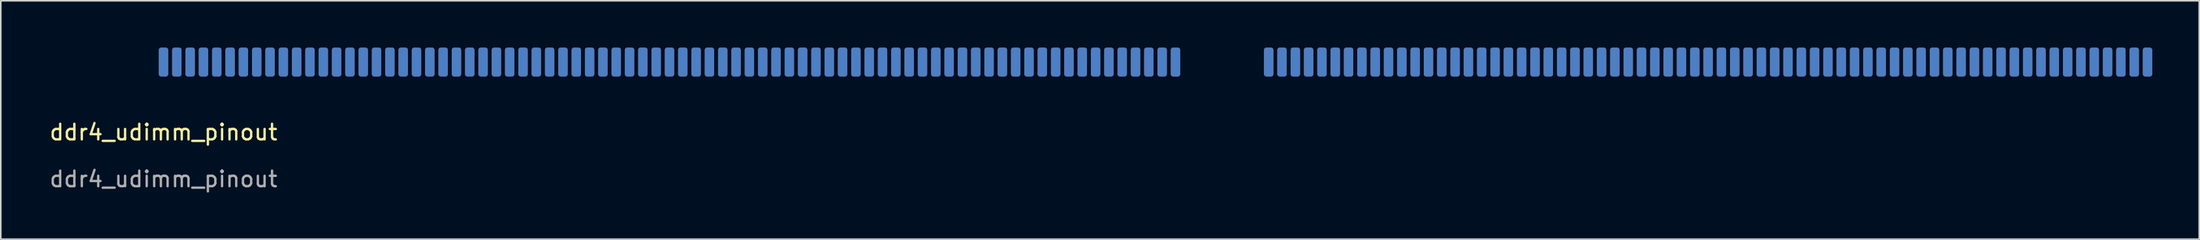
<source format=kicad_pcb>
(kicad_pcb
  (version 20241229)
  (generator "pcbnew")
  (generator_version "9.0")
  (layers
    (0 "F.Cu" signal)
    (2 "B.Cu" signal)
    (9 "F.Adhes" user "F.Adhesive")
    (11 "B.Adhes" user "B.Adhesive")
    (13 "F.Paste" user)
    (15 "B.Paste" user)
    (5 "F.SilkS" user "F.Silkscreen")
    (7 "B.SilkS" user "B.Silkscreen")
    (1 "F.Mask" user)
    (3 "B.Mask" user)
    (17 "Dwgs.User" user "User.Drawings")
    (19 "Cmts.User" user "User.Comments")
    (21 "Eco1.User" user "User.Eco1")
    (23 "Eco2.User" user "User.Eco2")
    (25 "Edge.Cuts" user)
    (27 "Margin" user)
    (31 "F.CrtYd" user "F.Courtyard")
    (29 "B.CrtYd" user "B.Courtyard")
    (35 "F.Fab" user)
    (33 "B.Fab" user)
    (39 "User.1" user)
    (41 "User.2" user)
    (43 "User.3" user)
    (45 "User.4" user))
  (footprint "ddr4_udimm_pinout"
    (layer "F.Cu")
    (at 7.387 0.925)
    (property "Reference" "ddr4_udimm_pinout" (at 0 4.5 0) (unlocked yes) (layer "F.SilkS") (effects (font (size 1 1) (thickness 0.15))))
    (attr smd)
    (fp_text user "${REFERENCE}" (at 0 7.5 0) (unlocked yes) (layer "F.Fab") (effects (font (size 1 1) (thickness 0.15))))
    (pad "1" smd roundrect (at 0 0) (size 0.6 1.85) (layers "F.Cu" "F.Mask" "F.Paste") (roundrect_rratio 0.25))
    (pad "2" smd roundrect (at 0.85 0) (size 0.6 1.85) (layers "F.Cu" "F.Mask" "F.Paste") (roundrect_rratio 0.25))
    (pad "3" smd roundrect (at 1.7 0) (size 0.6 1.85) (layers "F.Cu" "F.Mask" "F.Paste") (roundrect_rratio 0.25))
    (pad "4" smd roundrect (at 2.55 0) (size 0.6 1.85) (layers "F.Cu" "F.Mask" "F.Paste") (roundrect_rratio 0.25))
    (pad "5" smd roundrect (at 3.4 0) (size 0.6 1.85) (layers "F.Cu" "F.Mask" "F.Paste") (roundrect_rratio 0.25))
    (pad "6" smd roundrect (at 4.25 0) (size 0.6 1.85) (layers "F.Cu" "F.Mask" "F.Paste") (roundrect_rratio 0.25))
    (pad "7" smd roundrect (at 5.1 0) (size 0.6 1.85) (layers "F.Cu" "F.Mask" "F.Paste") (roundrect_rratio 0.25))
    (pad "8" smd roundrect (at 5.95 0) (size 0.6 1.85) (layers "F.Cu" "F.Mask" "F.Paste") (roundrect_rratio 0.25))
    (pad "9" smd roundrect (at 6.8 0) (size 0.6 1.85) (layers "F.Cu" "F.Mask" "F.Paste") (roundrect_rratio 0.25))
    (pad "10" smd roundrect (at 7.65 0) (size 0.6 1.85) (layers "F.Cu" "F.Mask" "F.Paste") (roundrect_rratio 0.25))
    (pad "11" smd roundrect (at 8.5 0) (size 0.6 1.85) (layers "F.Cu" "F.Mask" "F.Paste") (roundrect_rratio 0.25))
    (pad "12" smd roundrect (at 9.35 0) (size 0.6 1.85) (layers "F.Cu" "F.Mask" "F.Paste") (roundrect_rratio 0.25))
    (pad "13" smd roundrect (at 10.2 0) (size 0.6 1.85) (layers "F.Cu" "F.Mask" "F.Paste") (roundrect_rratio 0.25))
    (pad "14" smd roundrect (at 11.05 0) (size 0.6 1.85) (layers "F.Cu" "F.Mask" "F.Paste") (roundrect_rratio 0.25))
    (pad "15" smd roundrect (at 11.9 0) (size 0.6 1.85) (layers "F.Cu" "F.Mask" "F.Paste") (roundrect_rratio 0.25))
    (pad "16" smd roundrect (at 12.75 0) (size 0.6 1.85) (layers "F.Cu" "F.Mask" "F.Paste") (roundrect_rratio 0.25))
    (pad "17" smd roundrect (at 13.6 0) (size 0.6 1.85) (layers "F.Cu" "F.Mask" "F.Paste") (roundrect_rratio 0.25))
    (pad "18" smd roundrect (at 14.45 0) (size 0.6 1.85) (layers "F.Cu" "F.Mask" "F.Paste") (roundrect_rratio 0.25))
    (pad "19" smd roundrect (at 15.3 0) (size 0.6 1.85) (layers "F.Cu" "F.Mask" "F.Paste") (roundrect_rratio 0.25))
    (pad "20" smd roundrect (at 16.15 0) (size 0.6 1.85) (layers "F.Cu" "F.Mask" "F.Paste") (roundrect_rratio 0.25))
    (pad "21" smd roundrect (at 17 0) (size 0.6 1.85) (layers "F.Cu" "F.Mask" "F.Paste") (roundrect_rratio 0.25))
    (pad "22" smd roundrect (at 17.85 0) (size 0.6 1.85) (layers "F.Cu" "F.Mask" "F.Paste") (roundrect_rratio 0.25))
    (pad "23" smd roundrect (at 18.7 0) (size 0.6 1.85) (layers "F.Cu" "F.Mask" "F.Paste") (roundrect_rratio 0.25))
    (pad "24" smd roundrect (at 19.55 0) (size 0.6 1.85) (layers "F.Cu" "F.Mask" "F.Paste") (roundrect_rratio 0.25))
    (pad "25" smd roundrect (at 20.4 0) (size 0.6 1.85) (layers "F.Cu" "F.Mask" "F.Paste") (roundrect_rratio 0.25))
    (pad "26" smd roundrect (at 21.25 0) (size 0.6 1.85) (layers "F.Cu" "F.Mask" "F.Paste") (roundrect_rratio 0.25))
    (pad "27" smd roundrect (at 22.1 0) (size 0.6 1.85) (layers "F.Cu" "F.Mask" "F.Paste") (roundrect_rratio 0.25))
    (pad "28" smd roundrect (at 22.95 0) (size 0.6 1.85) (layers "F.Cu" "F.Mask" "F.Paste") (roundrect_rratio 0.25))
    (pad "29" smd roundrect (at 23.8 0) (size 0.6 1.85) (layers "F.Cu" "F.Mask" "F.Paste") (roundrect_rratio 0.25))
    (pad "30" smd roundrect (at 24.65 0) (size 0.6 1.85) (layers "F.Cu" "F.Mask" "F.Paste") (roundrect_rratio 0.25))
    (pad "31" smd roundrect (at 25.5 0) (size 0.6 1.85) (layers "F.Cu" "F.Mask" "F.Paste") (roundrect_rratio 0.25))
    (pad "32" smd roundrect (at 26.35 0) (size 0.6 1.85) (layers "F.Cu" "F.Mask" "F.Paste") (roundrect_rratio 0.25))
    (pad "33" smd roundrect (at 27.2 0) (size 0.6 1.85) (layers "F.Cu" "F.Mask" "F.Paste") (roundrect_rratio 0.25))
    (pad "34" smd roundrect (at 28.05 0) (size 0.6 1.85) (layers "F.Cu" "F.Mask" "F.Paste") (roundrect_rratio 0.25))
    (pad "35" smd roundrect (at 28.9 0) (size 0.6 1.85) (layers "F.Cu" "F.Mask" "F.Paste") (roundrect_rratio 0.25))
    (pad "36" smd roundrect (at 29.75 0) (size 0.6 1.85) (layers "F.Cu" "F.Mask" "F.Paste") (roundrect_rratio 0.25))
    (pad "37" smd roundrect (at 30.6 0) (size 0.6 1.85) (layers "F.Cu" "F.Mask" "F.Paste") (roundrect_rratio 0.25))
    (pad "38" smd roundrect (at 31.45 0) (size 0.6 1.85) (layers "F.Cu" "F.Mask" "F.Paste") (roundrect_rratio 0.25))
    (pad "39" smd roundrect (at 32.3 0) (size 0.6 1.85) (layers "F.Cu" "F.Mask" "F.Paste") (roundrect_rratio 0.25))
    (pad "40" smd roundrect (at 33.15 0) (size 0.6 1.85) (layers "F.Cu" "F.Mask" "F.Paste") (roundrect_rratio 0.25))
    (pad "41" smd roundrect (at 34 0) (size 0.6 1.85) (layers "F.Cu" "F.Mask" "F.Paste") (roundrect_rratio 0.25))
    (pad "42" smd roundrect (at 34.85 0) (size 0.6 1.85) (layers "F.Cu" "F.Mask" "F.Paste") (roundrect_rratio 0.25))
    (pad "43" smd roundrect (at 35.7 0) (size 0.6 1.85) (layers "F.Cu" "F.Mask" "F.Paste") (roundrect_rratio 0.25))
    (pad "44" smd roundrect (at 36.55 0) (size 0.6 1.85) (layers "F.Cu" "F.Mask" "F.Paste") (roundrect_rratio 0.25))
    (pad "45" smd roundrect (at 37.4 0) (size 0.6 1.85) (layers "F.Cu" "F.Mask" "F.Paste") (roundrect_rratio 0.25))
    (pad "46" smd roundrect (at 38.25 0) (size 0.6 1.85) (layers "F.Cu" "F.Mask" "F.Paste") (roundrect_rratio 0.25))
    (pad "47" smd roundrect (at 39.1 0) (size 0.6 1.85) (layers "F.Cu" "F.Mask" "F.Paste") (roundrect_rratio 0.25))
    (pad "48" smd roundrect (at 39.95 0) (size 0.6 1.85) (layers "F.Cu" "F.Mask" "F.Paste") (roundrect_rratio 0.25))
    (pad "49" smd roundrect (at 40.8 0) (size 0.6 1.85) (layers "F.Cu" "F.Mask" "F.Paste") (roundrect_rratio 0.25))
    (pad "50" smd roundrect (at 41.65 0) (size 0.6 1.85) (layers "F.Cu" "F.Mask" "F.Paste") (roundrect_rratio 0.25))
    (pad "51" smd roundrect (at 42.5 0) (size 0.6 1.85) (layers "F.Cu" "F.Mask" "F.Paste") (roundrect_rratio 0.25))
    (pad "52" smd roundrect (at 43.35 0) (size 0.6 1.85) (layers "F.Cu" "F.Mask" "F.Paste") (roundrect_rratio 0.25))
    (pad "53" smd roundrect (at 44.2 0) (size 0.6 1.85) (layers "F.Cu" "F.Mask" "F.Paste") (roundrect_rratio 0.25))
    (pad "54" smd roundrect (at 45.05 0) (size 0.6 1.85) (layers "F.Cu" "F.Mask" "F.Paste") (roundrect_rratio 0.25))
    (pad "55" smd roundrect (at 45.9 0) (size 0.6 1.85) (layers "F.Cu" "F.Mask" "F.Paste") (roundrect_rratio 0.25))
    (pad "56" smd roundrect (at 46.75 0) (size 0.6 1.85) (layers "F.Cu" "F.Mask" "F.Paste") (roundrect_rratio 0.25))
    (pad "57" smd roundrect (at 47.6 0) (size 0.6 1.85) (layers "F.Cu" "F.Mask" "F.Paste") (roundrect_rratio 0.25))
    (pad "58" smd roundrect (at 48.45 0) (size 0.6 1.85) (layers "F.Cu" "F.Mask" "F.Paste") (roundrect_rratio 0.25))
    (pad "59" smd roundrect (at 49.3 0) (size 0.6 1.85) (layers "F.Cu" "F.Mask" "F.Paste") (roundrect_rratio 0.25))
    (pad "60" smd roundrect (at 50.15 0) (size 0.6 1.85) (layers "F.Cu" "F.Mask" "F.Paste") (roundrect_rratio 0.25))
    (pad "61" smd roundrect (at 51 0) (size 0.6 1.85) (layers "F.Cu" "F.Mask" "F.Paste") (roundrect_rratio 0.25))
    (pad "62" smd roundrect (at 51.85 0) (size 0.6 1.85) (layers "F.Cu" "F.Mask" "F.Paste") (roundrect_rratio 0.25))
    (pad "63" smd roundrect (at 52.7 0) (size 0.6 1.85) (layers "F.Cu" "F.Mask" "F.Paste") (roundrect_rratio 0.25))
    (pad "64" smd roundrect (at 53.55 0) (size 0.6 1.85) (layers "F.Cu" "F.Mask" "F.Paste") (roundrect_rratio 0.25))
    (pad "65" smd roundrect (at 54.4 0) (size 0.6 1.85) (layers "F.Cu" "F.Mask" "F.Paste") (roundrect_rratio 0.25))
    (pad "66" smd roundrect (at 55.25 0) (size 0.6 1.85) (layers "F.Cu" "F.Mask" "F.Paste") (roundrect_rratio 0.25))
    (pad "67" smd roundrect (at 56.1 0) (size 0.6 1.85) (layers "F.Cu" "F.Mask" "F.Paste") (roundrect_rratio 0.25))
    (pad "68" smd roundrect (at 56.95 0) (size 0.6 1.85) (layers "F.Cu" "F.Mask" "F.Paste") (roundrect_rratio 0.25))
    (pad "69" smd roundrect (at 57.8 0) (size 0.6 1.85) (layers "F.Cu" "F.Mask" "F.Paste") (roundrect_rratio 0.25))
    (pad "70" smd roundrect (at 58.65 0) (size 0.6 1.85) (layers "F.Cu" "F.Mask" "F.Paste") (roundrect_rratio 0.25))
    (pad "71" smd roundrect (at 59.5 0) (size 0.6 1.85) (layers "F.Cu" "F.Mask" "F.Paste") (roundrect_rratio 0.25))
    (pad "72" smd roundrect (at 60.35 0) (size 0.6 1.85) (layers "F.Cu" "F.Mask" "F.Paste") (roundrect_rratio 0.25))
    (pad "73" smd roundrect (at 61.2 0) (size 0.6 1.85) (layers "F.Cu" "F.Mask" "F.Paste") (roundrect_rratio 0.25))
    (pad "74" smd roundrect (at 62.05 0) (size 0.6 1.85) (layers "F.Cu" "F.Mask" "F.Paste") (roundrect_rratio 0.25))
    (pad "75" smd roundrect (at 62.9 0) (size 0.6 1.85) (layers "F.Cu" "F.Mask" "F.Paste") (roundrect_rratio 0.25))
    (pad "76" smd roundrect (at 63.75 0) (size 0.6 1.85) (layers "F.Cu" "F.Mask" "F.Paste") (roundrect_rratio 0.25))
    (pad "77" smd roundrect (at 64.6 0) (size 0.6 1.85) (layers "F.Cu" "F.Mask" "F.Paste") (roundrect_rratio 0.25))
    (pad "78" smd roundrect (at 70.55 0) (size 0.6 1.85) (layers "F.Cu" "F.Mask" "F.Paste") (roundrect_rratio 0.25))
    (pad "79" smd roundrect (at 71.4 0) (size 0.6 1.85) (layers "F.Cu" "F.Mask" "F.Paste") (roundrect_rratio 0.25))
    (pad "80" smd roundrect (at 72.25 0) (size 0.6 1.85) (layers "F.Cu" "F.Mask" "F.Paste") (roundrect_rratio 0.25))
    (pad "81" smd roundrect (at 73.1 0) (size 0.6 1.85) (layers "F.Cu" "F.Mask" "F.Paste") (roundrect_rratio 0.25))
    (pad "82" smd roundrect (at 73.95 0) (size 0.6 1.85) (layers "F.Cu" "F.Mask" "F.Paste") (roundrect_rratio 0.25))
    (pad "83" smd roundrect (at 74.8 0) (size 0.6 1.85) (layers "F.Cu" "F.Mask" "F.Paste") (roundrect_rratio 0.25))
    (pad "84" smd roundrect (at 75.65 0) (size 0.6 1.85) (layers "F.Cu" "F.Mask" "F.Paste") (roundrect_rratio 0.25))
    (pad "85" smd roundrect (at 76.5 0) (size 0.6 1.85) (layers "F.Cu" "F.Mask" "F.Paste") (roundrect_rratio 0.25))
    (pad "86" smd roundrect (at 77.35 0) (size 0.6 1.85) (layers "F.Cu" "F.Mask" "F.Paste") (roundrect_rratio 0.25))
    (pad "87" smd roundrect (at 78.2 0) (size 0.6 1.85) (layers "F.Cu" "F.Mask" "F.Paste") (roundrect_rratio 0.25))
    (pad "88" smd roundrect (at 79.05 0) (size 0.6 1.85) (layers "F.Cu" "F.Mask" "F.Paste") (roundrect_rratio 0.25))
    (pad "89" smd roundrect (at 79.9 0) (size 0.6 1.85) (layers "F.Cu" "F.Mask" "F.Paste") (roundrect_rratio 0.25))
    (pad "90" smd roundrect (at 80.75 0) (size 0.6 1.85) (layers "F.Cu" "F.Mask" "F.Paste") (roundrect_rratio 0.25))
    (pad "91" smd roundrect (at 81.6 0) (size 0.6 1.85) (layers "F.Cu" "F.Mask" "F.Paste") (roundrect_rratio 0.25))
    (pad "92" smd roundrect (at 82.45 0) (size 0.6 1.85) (layers "F.Cu" "F.Mask" "F.Paste") (roundrect_rratio 0.25))
    (pad "93" smd roundrect (at 83.3 0) (size 0.6 1.85) (layers "F.Cu" "F.Mask" "F.Paste") (roundrect_rratio 0.25))
    (pad "94" smd roundrect (at 84.15 0) (size 0.6 1.85) (layers "F.Cu" "F.Mask" "F.Paste") (roundrect_rratio 0.25))
    (pad "95" smd roundrect (at 85 0) (size 0.6 1.85) (layers "F.Cu" "F.Mask" "F.Paste") (roundrect_rratio 0.25))
    (pad "96" smd roundrect (at 85.85 0) (size 0.6 1.85) (layers "F.Cu" "F.Mask" "F.Paste") (roundrect_rratio 0.25))
    (pad "97" smd roundrect (at 86.7 0) (size 0.6 1.85) (layers "F.Cu" "F.Mask" "F.Paste") (roundrect_rratio 0.25))
    (pad "98" smd roundrect (at 87.55 0) (size 0.6 1.85) (layers "F.Cu" "F.Mask" "F.Paste") (roundrect_rratio 0.25))
    (pad "99" smd roundrect (at 88.4 0) (size 0.6 1.85) (layers "F.Cu" "F.Mask" "F.Paste") (roundrect_rratio 0.25))
    (pad "100" smd roundrect (at 89.25 0) (size 0.6 1.85) (layers "F.Cu" "F.Mask" "F.Paste") (roundrect_rratio 0.25))
    (pad "101" smd roundrect (at 90.1 0) (size 0.6 1.85) (layers "F.Cu" "F.Mask" "F.Paste") (roundrect_rratio 0.25))
    (pad "102" smd roundrect (at 90.95 0) (size 0.6 1.85) (layers "F.Cu" "F.Mask" "F.Paste") (roundrect_rratio 0.25))
    (pad "103" smd roundrect (at 91.8 0) (size 0.6 1.85) (layers "F.Cu" "F.Mask" "F.Paste") (roundrect_rratio 0.25))
    (pad "104" smd roundrect (at 92.65 0) (size 0.6 1.85) (layers "F.Cu" "F.Mask" "F.Paste") (roundrect_rratio 0.25))
    (pad "105" smd roundrect (at 93.5 0) (size 0.6 1.85) (layers "F.Cu" "F.Mask" "F.Paste") (roundrect_rratio 0.25))
    (pad "106" smd roundrect (at 94.35 0) (size 0.6 1.85) (layers "F.Cu" "F.Mask" "F.Paste") (roundrect_rratio 0.25))
    (pad "107" smd roundrect (at 95.2 0) (size 0.6 1.85) (layers "F.Cu" "F.Mask" "F.Paste") (roundrect_rratio 0.25))
    (pad "108" smd roundrect (at 96.05 0) (size 0.6 1.85) (layers "F.Cu" "F.Mask" "F.Paste") (roundrect_rratio 0.25))
    (pad "109" smd roundrect (at 96.9 0) (size 0.6 1.85) (layers "F.Cu" "F.Mask" "F.Paste") (roundrect_rratio 0.25))
    (pad "110" smd roundrect (at 97.75 0) (size 0.6 1.85) (layers "F.Cu" "F.Mask" "F.Paste") (roundrect_rratio 0.25))
    (pad "111" smd roundrect (at 98.6 0) (size 0.6 1.85) (layers "F.Cu" "F.Mask" "F.Paste") (roundrect_rratio 0.25))
    (pad "112" smd roundrect (at 99.45 0) (size 0.6 1.85) (layers "F.Cu" "F.Mask" "F.Paste") (roundrect_rratio 0.25))
    (pad "113" smd roundrect (at 100.3 0) (size 0.6 1.85) (layers "F.Cu" "F.Mask" "F.Paste") (roundrect_rratio 0.25))
    (pad "114" smd roundrect (at 101.15 0) (size 0.6 1.85) (layers "F.Cu" "F.Mask" "F.Paste") (roundrect_rratio 0.25))
    (pad "115" smd roundrect (at 102 0) (size 0.6 1.85) (layers "F.Cu" "F.Mask" "F.Paste") (roundrect_rratio 0.25))
    (pad "116" smd roundrect (at 102.85 0) (size 0.6 1.85) (layers "F.Cu" "F.Mask" "F.Paste") (roundrect_rratio 0.25))
    (pad "117" smd roundrect (at 103.7 0) (size 0.6 1.85) (layers "F.Cu" "F.Mask" "F.Paste") (roundrect_rratio 0.25))
    (pad "118" smd roundrect (at 104.55 0) (size 0.6 1.85) (layers "F.Cu" "F.Mask" "F.Paste") (roundrect_rratio 0.25))
    (pad "119" smd roundrect (at 105.4 0) (size 0.6 1.85) (layers "F.Cu" "F.Mask" "F.Paste") (roundrect_rratio 0.25))
    (pad "120" smd roundrect (at 106.25 0) (size 0.6 1.85) (layers "F.Cu" "F.Mask" "F.Paste") (roundrect_rratio 0.25))
    (pad "121" smd roundrect (at 107.1 0) (size 0.6 1.85) (layers "F.Cu" "F.Mask" "F.Paste") (roundrect_rratio 0.25))
    (pad "122" smd roundrect (at 107.95 0) (size 0.6 1.85) (layers "F.Cu" "F.Mask" "F.Paste") (roundrect_rratio 0.25))
    (pad "123" smd roundrect (at 108.8 0) (size 0.6 1.85) (layers "F.Cu" "F.Mask" "F.Paste") (roundrect_rratio 0.25))
    (pad "124" smd roundrect (at 109.65 0) (size 0.6 1.85) (layers "F.Cu" "F.Mask" "F.Paste") (roundrect_rratio 0.25))
    (pad "125" smd roundrect (at 110.5 0) (size 0.6 1.85) (layers "F.Cu" "F.Mask" "F.Paste") (roundrect_rratio 0.25))
    (pad "126" smd roundrect (at 111.35 0) (size 0.6 1.85) (layers "F.Cu" "F.Mask" "F.Paste") (roundrect_rratio 0.25))
    (pad "127" smd roundrect (at 112.2 0) (size 0.6 1.85) (layers "F.Cu" "F.Mask" "F.Paste") (roundrect_rratio 0.25))
    (pad "128" smd roundrect (at 113.05 0) (size 0.6 1.85) (layers "F.Cu" "F.Mask" "F.Paste") (roundrect_rratio 0.25))
    (pad "129" smd roundrect (at 113.9 0) (size 0.6 1.85) (layers "F.Cu" "F.Mask" "F.Paste") (roundrect_rratio 0.25))
    (pad "130" smd roundrect (at 114.75 0) (size 0.6 1.85) (layers "F.Cu" "F.Mask" "F.Paste") (roundrect_rratio 0.25))
    (pad "131" smd roundrect (at 115.6 0) (size 0.6 1.85) (layers "F.Cu" "F.Mask" "F.Paste") (roundrect_rratio 0.25))
    (pad "132" smd roundrect (at 116.45 0) (size 0.6 1.85) (layers "F.Cu" "F.Mask" "F.Paste") (roundrect_rratio 0.25))
    (pad "133" smd roundrect (at 117.3 0) (size 0.6 1.85) (layers "F.Cu" "F.Mask" "F.Paste") (roundrect_rratio 0.25))
    (pad "134" smd roundrect (at 118.15 0) (size 0.6 1.85) (layers "F.Cu" "F.Mask" "F.Paste") (roundrect_rratio 0.25))
    (pad "135" smd roundrect (at 119 0) (size 0.6 1.85) (layers "F.Cu" "F.Mask" "F.Paste") (roundrect_rratio 0.25))
    (pad "136" smd roundrect (at 119.85 0) (size 0.6 1.85) (layers "F.Cu" "F.Mask" "F.Paste") (roundrect_rratio 0.25))
    (pad "137" smd roundrect (at 120.7 0) (size 0.6 1.85) (layers "F.Cu" "F.Mask" "F.Paste") (roundrect_rratio 0.25))
    (pad "138" smd roundrect (at 121.55 0) (size 0.6 1.85) (layers "F.Cu" "F.Mask" "F.Paste") (roundrect_rratio 0.25))
    (pad "139" smd roundrect (at 122.4 0) (size 0.6 1.85) (layers "F.Cu" "F.Mask" "F.Paste") (roundrect_rratio 0.25))
    (pad "140" smd roundrect (at 123.25 0) (size 0.6 1.85) (layers "F.Cu" "F.Mask" "F.Paste") (roundrect_rratio 0.25))
    (pad "141" smd roundrect (at 124.1 0) (size 0.6 1.85) (layers "F.Cu" "F.Mask" "F.Paste") (roundrect_rratio 0.25))
    (pad "142" smd roundrect (at 124.95 0) (size 0.6 1.85) (layers "F.Cu" "F.Mask" "F.Paste") (roundrect_rratio 0.25))
    (pad "143" smd roundrect (at 125.8 0) (size 0.6 1.85) (layers "F.Cu" "F.Mask" "F.Paste") (roundrect_rratio 0.25))
    (pad "144" smd roundrect (at 126.65 0) (size 0.6 1.85) (layers "F.Cu" "F.Mask" "F.Paste") (roundrect_rratio 0.25))
    (pad "145" smd roundrect (at 0 0) (size 0.6 1.85) (layers "B.Cu" "B.Mask" "B.Paste") (roundrect_rratio 0.25))
    (pad "146" smd roundrect (at 0.85 0) (size 0.6 1.85) (layers "B.Cu" "B.Mask" "B.Paste") (roundrect_rratio 0.25))
    (pad "147" smd roundrect (at 1.7 0) (size 0.6 1.85) (layers "B.Cu" "B.Mask" "B.Paste") (roundrect_rratio 0.25))
    (pad "148" smd roundrect (at 2.55 0) (size 0.6 1.85) (layers "B.Cu" "B.Mask" "B.Paste") (roundrect_rratio 0.25))
    (pad "149" smd roundrect (at 3.4 0) (size 0.6 1.85) (layers "B.Cu" "B.Mask" "B.Paste") (roundrect_rratio 0.25))
    (pad "150" smd roundrect (at 4.25 0) (size 0.6 1.85) (layers "B.Cu" "B.Mask" "B.Paste") (roundrect_rratio 0.25))
    (pad "151" smd roundrect (at 5.1 0) (size 0.6 1.85) (layers "B.Cu" "B.Mask" "B.Paste") (roundrect_rratio 0.25))
    (pad "152" smd roundrect (at 5.95 0) (size 0.6 1.85) (layers "B.Cu" "B.Mask" "B.Paste") (roundrect_rratio 0.25))
    (pad "153" smd roundrect (at 6.8 0) (size 0.6 1.85) (layers "B.Cu" "B.Mask" "B.Paste") (roundrect_rratio 0.25))
    (pad "154" smd roundrect (at 7.65 0) (size 0.6 1.85) (layers "B.Cu" "B.Mask" "B.Paste") (roundrect_rratio 0.25))
    (pad "155" smd roundrect (at 8.5 0) (size 0.6 1.85) (layers "B.Cu" "B.Mask" "B.Paste") (roundrect_rratio 0.25))
    (pad "156" smd roundrect (at 9.35 0) (size 0.6 1.85) (layers "B.Cu" "B.Mask" "B.Paste") (roundrect_rratio 0.25))
    (pad "157" smd roundrect (at 10.2 0) (size 0.6 1.85) (layers "B.Cu" "B.Mask" "B.Paste") (roundrect_rratio 0.25))
    (pad "158" smd roundrect (at 11.05 0) (size 0.6 1.85) (layers "B.Cu" "B.Mask" "B.Paste") (roundrect_rratio 0.25))
    (pad "159" smd roundrect (at 11.9 0) (size 0.6 1.85) (layers "B.Cu" "B.Mask" "B.Paste") (roundrect_rratio 0.25))
    (pad "160" smd roundrect (at 12.75 0) (size 0.6 1.85) (layers "B.Cu" "B.Mask" "B.Paste") (roundrect_rratio 0.25))
    (pad "161" smd roundrect (at 13.6 0) (size 0.6 1.85) (layers "B.Cu" "B.Mask" "B.Paste") (roundrect_rratio 0.25))
    (pad "162" smd roundrect (at 14.45 0) (size 0.6 1.85) (layers "B.Cu" "B.Mask" "B.Paste") (roundrect_rratio 0.25))
    (pad "163" smd roundrect (at 15.3 0) (size 0.6 1.85) (layers "B.Cu" "B.Mask" "B.Paste") (roundrect_rratio 0.25))
    (pad "164" smd roundrect (at 16.15 0) (size 0.6 1.85) (layers "B.Cu" "B.Mask" "B.Paste") (roundrect_rratio 0.25))
    (pad "165" smd roundrect (at 17 0) (size 0.6 1.85) (layers "B.Cu" "B.Mask" "B.Paste") (roundrect_rratio 0.25))
    (pad "166" smd roundrect (at 17.85 0) (size 0.6 1.85) (layers "B.Cu" "B.Mask" "B.Paste") (roundrect_rratio 0.25))
    (pad "167" smd roundrect (at 18.7 0) (size 0.6 1.85) (layers "B.Cu" "B.Mask" "B.Paste") (roundrect_rratio 0.25))
    (pad "168" smd roundrect (at 19.55 0) (size 0.6 1.85) (layers "B.Cu" "B.Mask" "B.Paste") (roundrect_rratio 0.25))
    (pad "169" smd roundrect (at 20.4 0) (size 0.6 1.85) (layers "B.Cu" "B.Mask" "B.Paste") (roundrect_rratio 0.25))
    (pad "170" smd roundrect (at 21.25 0) (size 0.6 1.85) (layers "B.Cu" "B.Mask" "B.Paste") (roundrect_rratio 0.25))
    (pad "171" smd roundrect (at 22.1 0) (size 0.6 1.85) (layers "B.Cu" "B.Mask" "B.Paste") (roundrect_rratio 0.25))
    (pad "172" smd roundrect (at 22.95 0) (size 0.6 1.85) (layers "B.Cu" "B.Mask" "B.Paste") (roundrect_rratio 0.25))
    (pad "173" smd roundrect (at 23.8 0) (size 0.6 1.85) (layers "B.Cu" "B.Mask" "B.Paste") (roundrect_rratio 0.25))
    (pad "174" smd roundrect (at 24.65 0) (size 0.6 1.85) (layers "B.Cu" "B.Mask" "B.Paste") (roundrect_rratio 0.25))
    (pad "175" smd roundrect (at 25.5 0) (size 0.6 1.85) (layers "B.Cu" "B.Mask" "B.Paste") (roundrect_rratio 0.25))
    (pad "176" smd roundrect (at 26.35 0) (size 0.6 1.85) (layers "B.Cu" "B.Mask" "B.Paste") (roundrect_rratio 0.25))
    (pad "177" smd roundrect (at 27.2 0) (size 0.6 1.85) (layers "B.Cu" "B.Mask" "B.Paste") (roundrect_rratio 0.25))
    (pad "178" smd roundrect (at 28.05 0) (size 0.6 1.85) (layers "B.Cu" "B.Mask" "B.Paste") (roundrect_rratio 0.25))
    (pad "179" smd roundrect (at 28.9 0) (size 0.6 1.85) (layers "B.Cu" "B.Mask" "B.Paste") (roundrect_rratio 0.25))
    (pad "180" smd roundrect (at 29.75 0) (size 0.6 1.85) (layers "B.Cu" "B.Mask" "B.Paste") (roundrect_rratio 0.25))
    (pad "181" smd roundrect (at 30.6 0) (size 0.6 1.85) (layers "B.Cu" "B.Mask" "B.Paste") (roundrect_rratio 0.25))
    (pad "182" smd roundrect (at 31.45 0) (size 0.6 1.85) (layers "B.Cu" "B.Mask" "B.Paste") (roundrect_rratio 0.25))
    (pad "183" smd roundrect (at 32.3 0) (size 0.6 1.85) (layers "B.Cu" "B.Mask" "B.Paste") (roundrect_rratio 0.25))
    (pad "184" smd roundrect (at 33.15 0) (size 0.6 1.85) (layers "B.Cu" "B.Mask" "B.Paste") (roundrect_rratio 0.25))
    (pad "185" smd roundrect (at 34 0) (size 0.6 1.85) (layers "B.Cu" "B.Mask" "B.Paste") (roundrect_rratio 0.25))
    (pad "186" smd roundrect (at 34.85 0) (size 0.6 1.85) (layers "B.Cu" "B.Mask" "B.Paste") (roundrect_rratio 0.25))
    (pad "187" smd roundrect (at 35.7 0) (size 0.6 1.85) (layers "B.Cu" "B.Mask" "B.Paste") (roundrect_rratio 0.25))
    (pad "188" smd roundrect (at 36.55 0) (size 0.6 1.85) (layers "B.Cu" "B.Mask" "B.Paste") (roundrect_rratio 0.25))
    (pad "189" smd roundrect (at 37.4 0) (size 0.6 1.85) (layers "B.Cu" "B.Mask" "B.Paste") (roundrect_rratio 0.25))
    (pad "190" smd roundrect (at 38.25 0) (size 0.6 1.85) (layers "B.Cu" "B.Mask" "B.Paste") (roundrect_rratio 0.25))
    (pad "191" smd roundrect (at 39.1 0) (size 0.6 1.85) (layers "B.Cu" "B.Mask" "B.Paste") (roundrect_rratio 0.25))
    (pad "192" smd roundrect (at 39.95 0) (size 0.6 1.85) (layers "B.Cu" "B.Mask" "B.Paste") (roundrect_rratio 0.25))
    (pad "193" smd roundrect (at 40.8 0) (size 0.6 1.85) (layers "B.Cu" "B.Mask" "B.Paste") (roundrect_rratio 0.25))
    (pad "194" smd roundrect (at 41.65 0) (size 0.6 1.85) (layers "B.Cu" "B.Mask" "B.Paste") (roundrect_rratio 0.25))
    (pad "195" smd roundrect (at 42.5 0) (size 0.6 1.85) (layers "B.Cu" "B.Mask" "B.Paste") (roundrect_rratio 0.25))
    (pad "196" smd roundrect (at 43.35 0) (size 0.6 1.85) (layers "B.Cu" "B.Mask" "B.Paste") (roundrect_rratio 0.25))
    (pad "197" smd roundrect (at 44.2 0) (size 0.6 1.85) (layers "B.Cu" "B.Mask" "B.Paste") (roundrect_rratio 0.25))
    (pad "198" smd roundrect (at 45.05 0) (size 0.6 1.85) (layers "B.Cu" "B.Mask" "B.Paste") (roundrect_rratio 0.25))
    (pad "199" smd roundrect (at 45.9 0) (size 0.6 1.85) (layers "B.Cu" "B.Mask" "B.Paste") (roundrect_rratio 0.25))
    (pad "200" smd roundrect (at 46.75 0) (size 0.6 1.85) (layers "B.Cu" "B.Mask" "B.Paste") (roundrect_rratio 0.25))
    (pad "201" smd roundrect (at 47.6 0) (size 0.6 1.85) (layers "B.Cu" "B.Mask" "B.Paste") (roundrect_rratio 0.25))
    (pad "202" smd roundrect (at 48.45 0) (size 0.6 1.85) (layers "B.Cu" "B.Mask" "B.Paste") (roundrect_rratio 0.25))
    (pad "203" smd roundrect (at 49.3 0) (size 0.6 1.85) (layers "B.Cu" "B.Mask" "B.Paste") (roundrect_rratio 0.25))
    (pad "204" smd roundrect (at 50.15 0) (size 0.6 1.85) (layers "B.Cu" "B.Mask" "B.Paste") (roundrect_rratio 0.25))
    (pad "205" smd roundrect (at 51 0) (size 0.6 1.85) (layers "B.Cu" "B.Mask" "B.Paste") (roundrect_rratio 0.25))
    (pad "206" smd roundrect (at 51.85 0) (size 0.6 1.85) (layers "B.Cu" "B.Mask" "B.Paste") (roundrect_rratio 0.25))
    (pad "207" smd roundrect (at 52.7 0) (size 0.6 1.85) (layers "B.Cu" "B.Mask" "B.Paste") (roundrect_rratio 0.25))
    (pad "208" smd roundrect (at 53.55 0) (size 0.6 1.85) (layers "B.Cu" "B.Mask" "B.Paste") (roundrect_rratio 0.25))
    (pad "209" smd roundrect (at 54.4 0) (size 0.6 1.85) (layers "B.Cu" "B.Mask" "B.Paste") (roundrect_rratio 0.25))
    (pad "210" smd roundrect (at 55.25 0) (size 0.6 1.85) (layers "B.Cu" "B.Mask" "B.Paste") (roundrect_rratio 0.25))
    (pad "211" smd roundrect (at 56.1 0) (size 0.6 1.85) (layers "B.Cu" "B.Mask" "B.Paste") (roundrect_rratio 0.25))
    (pad "212" smd roundrect (at 56.95 0) (size 0.6 1.85) (layers "B.Cu" "B.Mask" "B.Paste") (roundrect_rratio 0.25))
    (pad "213" smd roundrect (at 57.8 0) (size 0.6 1.85) (layers "B.Cu" "B.Mask" "B.Paste") (roundrect_rratio 0.25))
    (pad "214" smd roundrect (at 58.65 0) (size 0.6 1.85) (layers "B.Cu" "B.Mask" "B.Paste") (roundrect_rratio 0.25))
    (pad "215" smd roundrect (at 59.5 0) (size 0.6 1.85) (layers "B.Cu" "B.Mask" "B.Paste") (roundrect_rratio 0.25))
    (pad "216" smd roundrect (at 60.35 0) (size 0.6 1.85) (layers "B.Cu" "B.Mask" "B.Paste") (roundrect_rratio 0.25))
    (pad "217" smd roundrect (at 61.2 0) (size 0.6 1.85) (layers "B.Cu" "B.Mask" "B.Paste") (roundrect_rratio 0.25))
    (pad "218" smd roundrect (at 62.05 0) (size 0.6 1.85) (layers "B.Cu" "B.Mask" "B.Paste") (roundrect_rratio 0.25))
    (pad "219" smd roundrect (at 62.9 0) (size 0.6 1.85) (layers "B.Cu" "B.Mask" "B.Paste") (roundrect_rratio 0.25))
    (pad "220" smd roundrect (at 63.75 0) (size 0.6 1.85) (layers "B.Cu" "B.Mask" "B.Paste") (roundrect_rratio 0.25))
    (pad "221" smd roundrect (at 64.6 0) (size 0.6 1.85) (layers "B.Cu" "B.Mask" "B.Paste") (roundrect_rratio 0.25))
    (pad "222" smd roundrect (at 70.55 0) (size 0.6 1.85) (layers "B.Cu" "B.Mask" "B.Paste") (roundrect_rratio 0.25))
    (pad "223" smd roundrect (at 71.4 0) (size 0.6 1.85) (layers "B.Cu" "B.Mask" "B.Paste") (roundrect_rratio 0.25))
    (pad "224" smd roundrect (at 72.25 0) (size 0.6 1.85) (layers "B.Cu" "B.Mask" "B.Paste") (roundrect_rratio 0.25))
    (pad "225" smd roundrect (at 73.1 0) (size 0.6 1.85) (layers "B.Cu" "B.Mask" "B.Paste") (roundrect_rratio 0.25))
    (pad "226" smd roundrect (at 73.95 0) (size 0.6 1.85) (layers "B.Cu" "B.Mask" "B.Paste") (roundrect_rratio 0.25))
    (pad "227" smd roundrect (at 74.8 0) (size 0.6 1.85) (layers "B.Cu" "B.Mask" "B.Paste") (roundrect_rratio 0.25))
    (pad "228" smd roundrect (at 75.65 0) (size 0.6 1.85) (layers "B.Cu" "B.Mask" "B.Paste") (roundrect_rratio 0.25))
    (pad "229" smd roundrect (at 76.5 0) (size 0.6 1.85) (layers "B.Cu" "B.Mask" "B.Paste") (roundrect_rratio 0.25))
    (pad "230" smd roundrect (at 77.35 0) (size 0.6 1.85) (layers "B.Cu" "B.Mask" "B.Paste") (roundrect_rratio 0.25))
    (pad "231" smd roundrect (at 78.2 0) (size 0.6 1.85) (layers "B.Cu" "B.Mask" "B.Paste") (roundrect_rratio 0.25))
    (pad "232" smd roundrect (at 79.05 0) (size 0.6 1.85) (layers "B.Cu" "B.Mask" "B.Paste") (roundrect_rratio 0.25))
    (pad "233" smd roundrect (at 79.9 0) (size 0.6 1.85) (layers "B.Cu" "B.Mask" "B.Paste") (roundrect_rratio 0.25))
    (pad "234" smd roundrect (at 80.75 0) (size 0.6 1.85) (layers "B.Cu" "B.Mask" "B.Paste") (roundrect_rratio 0.25))
    (pad "235" smd roundrect (at 81.6 0) (size 0.6 1.85) (layers "B.Cu" "B.Mask" "B.Paste") (roundrect_rratio 0.25))
    (pad "236" smd roundrect (at 82.45 0) (size 0.6 1.85) (layers "B.Cu" "B.Mask" "B.Paste") (roundrect_rratio 0.25))
    (pad "237" smd roundrect (at 83.3 0) (size 0.6 1.85) (layers "B.Cu" "B.Mask" "B.Paste") (roundrect_rratio 0.25))
    (pad "238" smd roundrect (at 84.15 0) (size 0.6 1.85) (layers "B.Cu" "B.Mask" "B.Paste") (roundrect_rratio 0.25))
    (pad "239" smd roundrect (at 85 0) (size 0.6 1.85) (layers "B.Cu" "B.Mask" "B.Paste") (roundrect_rratio 0.25))
    (pad "240" smd roundrect (at 85.85 0) (size 0.6 1.85) (layers "B.Cu" "B.Mask" "B.Paste") (roundrect_rratio 0.25))
    (pad "241" smd roundrect (at 86.7 0) (size 0.6 1.85) (layers "B.Cu" "B.Mask" "B.Paste") (roundrect_rratio 0.25))
    (pad "242" smd roundrect (at 87.55 0) (size 0.6 1.85) (layers "B.Cu" "B.Mask" "B.Paste") (roundrect_rratio 0.25))
    (pad "243" smd roundrect (at 88.4 0) (size 0.6 1.85) (layers "B.Cu" "B.Mask" "B.Paste") (roundrect_rratio 0.25))
    (pad "244" smd roundrect (at 89.25 0) (size 0.6 1.85) (layers "B.Cu" "B.Mask" "B.Paste") (roundrect_rratio 0.25))
    (pad "245" smd roundrect (at 90.1 0) (size 0.6 1.85) (layers "B.Cu" "B.Mask" "B.Paste") (roundrect_rratio 0.25))
    (pad "246" smd roundrect (at 90.95 0) (size 0.6 1.85) (layers "B.Cu" "B.Mask" "B.Paste") (roundrect_rratio 0.25))
    (pad "247" smd roundrect (at 91.8 0) (size 0.6 1.85) (layers "B.Cu" "B.Mask" "B.Paste") (roundrect_rratio 0.25))
    (pad "248" smd roundrect (at 92.65 0) (size 0.6 1.85) (layers "B.Cu" "B.Mask" "B.Paste") (roundrect_rratio 0.25))
    (pad "249" smd roundrect (at 93.5 0) (size 0.6 1.85) (layers "B.Cu" "B.Mask" "B.Paste") (roundrect_rratio 0.25))
    (pad "250" smd roundrect (at 94.35 0) (size 0.6 1.85) (layers "B.Cu" "B.Mask" "B.Paste") (roundrect_rratio 0.25))
    (pad "251" smd roundrect (at 95.2 0) (size 0.6 1.85) (layers "B.Cu" "B.Mask" "B.Paste") (roundrect_rratio 0.25))
    (pad "252" smd roundrect (at 96.05 0) (size 0.6 1.85) (layers "B.Cu" "B.Mask" "B.Paste") (roundrect_rratio 0.25))
    (pad "253" smd roundrect (at 96.9 0) (size 0.6 1.85) (layers "B.Cu" "B.Mask" "B.Paste") (roundrect_rratio 0.25))
    (pad "254" smd roundrect (at 97.75 0) (size 0.6 1.85) (layers "B.Cu" "B.Mask" "B.Paste") (roundrect_rratio 0.25))
    (pad "255" smd roundrect (at 98.6 0) (size 0.6 1.85) (layers "B.Cu" "B.Mask" "B.Paste") (roundrect_rratio 0.25))
    (pad "256" smd roundrect (at 99.45 0) (size 0.6 1.85) (layers "B.Cu" "B.Mask" "B.Paste") (roundrect_rratio 0.25))
    (pad "257" smd roundrect (at 100.3 0) (size 0.6 1.85) (layers "B.Cu" "B.Mask" "B.Paste") (roundrect_rratio 0.25))
    (pad "258" smd roundrect (at 101.15 0) (size 0.6 1.85) (layers "B.Cu" "B.Mask" "B.Paste") (roundrect_rratio 0.25))
    (pad "259" smd roundrect (at 102 0) (size 0.6 1.85) (layers "B.Cu" "B.Mask" "B.Paste") (roundrect_rratio 0.25))
    (pad "260" smd roundrect (at 102.85 0) (size 0.6 1.85) (layers "B.Cu" "B.Mask" "B.Paste") (roundrect_rratio 0.25))
    (pad "261" smd roundrect (at 103.7 0) (size 0.6 1.85) (layers "B.Cu" "B.Mask" "B.Paste") (roundrect_rratio 0.25))
    (pad "262" smd roundrect (at 104.55 0) (size 0.6 1.85) (layers "B.Cu" "B.Mask" "B.Paste") (roundrect_rratio 0.25))
    (pad "263" smd roundrect (at 105.4 0) (size 0.6 1.85) (layers "B.Cu" "B.Mask" "B.Paste") (roundrect_rratio 0.25))
    (pad "264" smd roundrect (at 106.25 0) (size 0.6 1.85) (layers "B.Cu" "B.Mask" "B.Paste") (roundrect_rratio 0.25))
    (pad "265" smd roundrect (at 107.1 0) (size 0.6 1.85) (layers "B.Cu" "B.Mask" "B.Paste") (roundrect_rratio 0.25))
    (pad "266" smd roundrect (at 107.95 0) (size 0.6 1.85) (layers "B.Cu" "B.Mask" "B.Paste") (roundrect_rratio 0.25))
    (pad "267" smd roundrect (at 108.8 0) (size 0.6 1.85) (layers "B.Cu" "B.Mask" "B.Paste") (roundrect_rratio 0.25))
    (pad "268" smd roundrect (at 109.65 0) (size 0.6 1.85) (layers "B.Cu" "B.Mask" "B.Paste") (roundrect_rratio 0.25))
    (pad "269" smd roundrect (at 110.5 0) (size 0.6 1.85) (layers "B.Cu" "B.Mask" "B.Paste") (roundrect_rratio 0.25))
    (pad "270" smd roundrect (at 111.35 0) (size 0.6 1.85) (layers "B.Cu" "B.Mask" "B.Paste") (roundrect_rratio 0.25))
    (pad "271" smd roundrect (at 112.2 0) (size 0.6 1.85) (layers "B.Cu" "B.Mask" "B.Paste") (roundrect_rratio 0.25))
    (pad "272" smd roundrect (at 113.05 0) (size 0.6 1.85) (layers "B.Cu" "B.Mask" "B.Paste") (roundrect_rratio 0.25))
    (pad "273" smd roundrect (at 113.9 0) (size 0.6 1.85) (layers "B.Cu" "B.Mask" "B.Paste") (roundrect_rratio 0.25))
    (pad "274" smd roundrect (at 114.75 0) (size 0.6 1.85) (layers "B.Cu" "B.Mask" "B.Paste") (roundrect_rratio 0.25))
    (pad "275" smd roundrect (at 115.6 0) (size 0.6 1.85) (layers "B.Cu" "B.Mask" "B.Paste") (roundrect_rratio 0.25))
    (pad "276" smd roundrect (at 116.45 0) (size 0.6 1.85) (layers "B.Cu" "B.Mask" "B.Paste") (roundrect_rratio 0.25))
    (pad "277" smd roundrect (at 117.3 0) (size 0.6 1.85) (layers "B.Cu" "B.Mask" "B.Paste") (roundrect_rratio 0.25))
    (pad "278" smd roundrect (at 118.15 0) (size 0.6 1.85) (layers "B.Cu" "B.Mask" "B.Paste") (roundrect_rratio 0.25))
    (pad "279" smd roundrect (at 119 0) (size 0.6 1.85) (layers "B.Cu" "B.Mask" "B.Paste") (roundrect_rratio 0.25))
    (pad "280" smd roundrect (at 119.85 0) (size 0.6 1.85) (layers "B.Cu" "B.Mask" "B.Paste") (roundrect_rratio 0.25))
    (pad "281" smd roundrect (at 120.7 0) (size 0.6 1.85) (layers "B.Cu" "B.Mask" "B.Paste") (roundrect_rratio 0.25))
    (pad "282" smd roundrect (at 121.55 0) (size 0.6 1.85) (layers "B.Cu" "B.Mask" "B.Paste") (roundrect_rratio 0.25))
    (pad "283" smd roundrect (at 122.4 0) (size 0.6 1.85) (layers "B.Cu" "B.Mask" "B.Paste") (roundrect_rratio 0.25))
    (pad "284" smd roundrect (at 123.25 0) (size 0.6 1.85) (layers "B.Cu" "B.Mask" "B.Paste") (roundrect_rratio 0.25))
    (pad "285" smd roundrect (at 124.1 0) (size 0.6 1.85) (layers "B.Cu" "B.Mask" "B.Paste") (roundrect_rratio 0.25))
    (pad "286" smd roundrect (at 124.95 0) (size 0.6 1.85) (layers "B.Cu" "B.Mask" "B.Paste") (roundrect_rratio 0.25))
    (pad "287" smd roundrect (at 125.8 0) (size 0.6 1.85) (layers "B.Cu" "B.Mask" "B.Paste") (roundrect_rratio 0.25))
    (pad "288" smd roundrect (at 126.65 0) (size 0.6 1.85) (layers "B.Cu" "B.Mask" "B.Paste") (roundrect_rratio 0.25)))
  (gr_rect
    (start -3 -3)
    (end 137.337 12.273)
    (stroke (width 0.1) (type default))
    (fill no)
    (layer "Edge.Cuts")))
</source>
